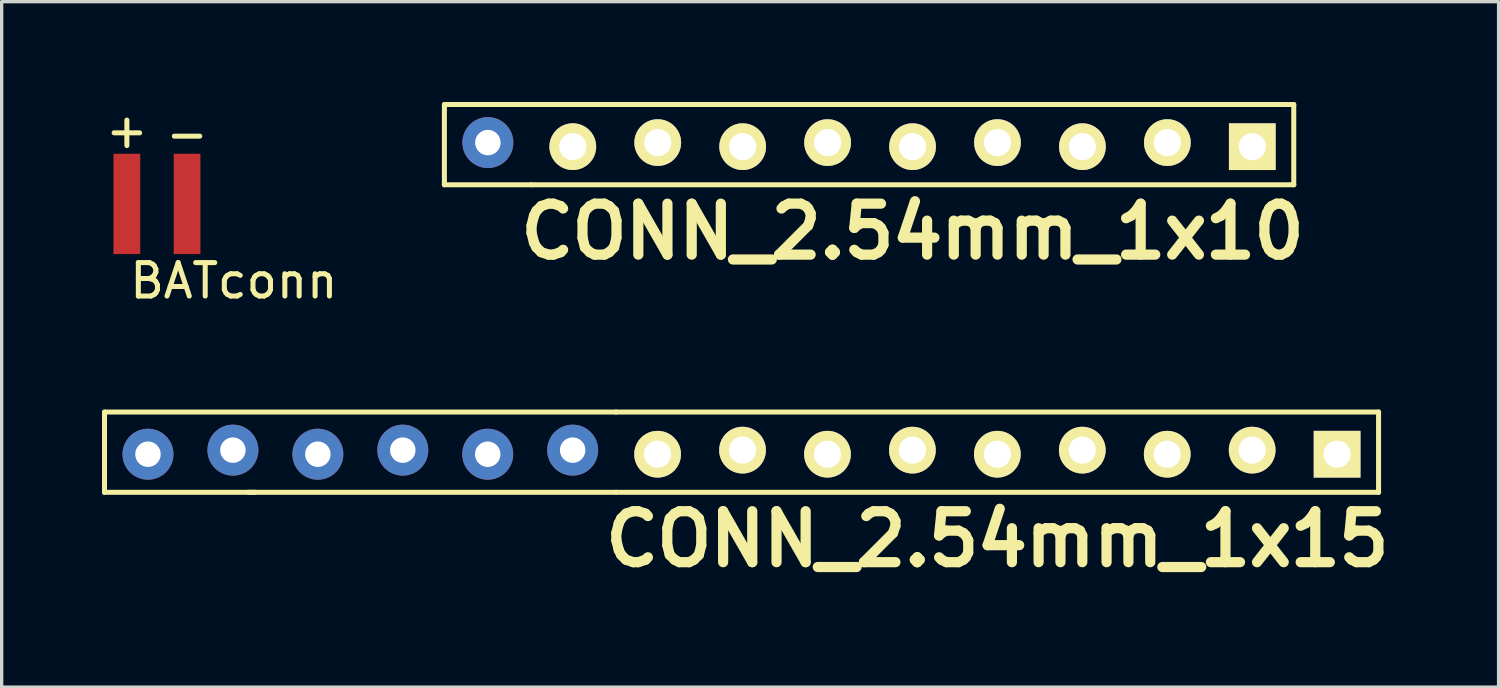
<source format=kicad_pcb>
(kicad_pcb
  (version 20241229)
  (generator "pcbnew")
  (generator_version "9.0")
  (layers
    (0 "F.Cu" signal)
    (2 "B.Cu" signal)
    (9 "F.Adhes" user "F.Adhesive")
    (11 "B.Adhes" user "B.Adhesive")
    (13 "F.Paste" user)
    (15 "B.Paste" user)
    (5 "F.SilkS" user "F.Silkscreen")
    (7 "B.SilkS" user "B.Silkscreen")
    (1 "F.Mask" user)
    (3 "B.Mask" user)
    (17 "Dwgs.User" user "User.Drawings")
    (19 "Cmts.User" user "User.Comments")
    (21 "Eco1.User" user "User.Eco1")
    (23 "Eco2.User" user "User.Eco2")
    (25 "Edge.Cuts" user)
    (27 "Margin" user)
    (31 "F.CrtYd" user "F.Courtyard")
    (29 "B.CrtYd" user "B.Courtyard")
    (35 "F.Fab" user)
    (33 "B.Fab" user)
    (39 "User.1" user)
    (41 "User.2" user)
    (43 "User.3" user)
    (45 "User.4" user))
  (footprint "CONN_2.54mm_1x10"
    (layer "F.Cu")
    (at 24.239 1.275)
    (property "Reference" "CONN_2.54mm_1x10" (at 0 2.6 0) (layer "F.SilkS") (effects (font (size 1.524 1.524) (thickness 0.305))))
    (attr through_hole)
    (fp_line (start -14 -1.2) (end -14 1.2) (stroke (width 0.15) (type solid)) (layer "F.SilkS"))
    (fp_line (start -14 1.2) (end -11.4 1.2) (stroke (width 0.15) (type solid)) (layer "F.SilkS"))
    (fp_line (start -11.4 -1.2) (end -14 -1.2) (stroke (width 0.15) (type solid)) (layer "F.SilkS"))
    (fp_line (start -11.4 -1.2) (end 11.4 -1.2) (stroke (width 0.15) (type solid)) (layer "F.SilkS"))
    (fp_line (start 11.4 1.2) (end -11.4 1.2) (stroke (width 0.15) (type solid)) (layer "F.SilkS"))
    (fp_line (start 11.4 1.2) (end 11.4 -1.2) (stroke (width 0.15) (type solid)) (layer "F.SilkS"))
    (pad "1" thru_hole rect (at 10.16 0.061) (size 1.397 1.397) (drill 0.813) (layers "*.Cu" "*.Mask" "F.SilkS"))
    (pad "2" thru_hole circle (at 7.62 -0.061) (size 1.397 1.397) (drill 0.813) (layers "*.Cu" "*.Mask" "F.SilkS"))
    (pad "3" thru_hole circle (at 5.08 0.061) (size 1.397 1.397) (drill 0.813) (layers "*.Cu" "*.Mask" "F.SilkS"))
    (pad "4" thru_hole circle (at 2.54 -0.061) (size 1.397 1.397) (drill 0.813) (layers "*.Cu" "*.Mask" "F.SilkS"))
    (pad "5" thru_hole circle (at 0 0.061) (size 1.397 1.397) (drill 0.813) (layers "*.Cu" "*.Mask" "F.SilkS"))
    (pad "6" thru_hole circle (at -2.54 -0.061) (size 1.397 1.397) (drill 0.813) (layers "*.Cu" "*.Mask" "F.SilkS"))
    (pad "7" thru_hole circle (at -5.08 0.061) (size 1.397 1.397) (drill 0.813) (layers "*.Cu" "*.Mask" "F.SilkS"))
    (pad "8" thru_hole circle (at -7.62 -0.061) (size 1.397 1.397) (drill 0.813) (layers "*.Cu" "*.Mask" "F.SilkS"))
    (pad "9" thru_hole circle (at -10.16 0.061) (size 1.397 1.397) (drill 0.813) (layers "*.Cu" "*.Mask" "F.SilkS"))
    (pad "10" thru_hole circle (at -12.7 -0.061) (size 1.524 1.524) (drill 0.762) (layers "*.Cu" "*.Mask")))
  (footprint "BATconn"
    (layer "F.Cu")
    (at 1.644 3.048)
    (property "Reference" "BATconn" (at 2.3 2.3 0) (layer "F.SilkS") (effects (font (size 1 1) (thickness 0.15))))
    (attr through_hole)
    (fp_text user "+" (at -0.9 -2.2 0) (layer "F.SilkS") (effects (font (size 1 1) (thickness 0.15))))
    (fp_text user "-" (at 0.9 -2.1 0) (layer "F.SilkS") (effects (font (size 1 1) (thickness 0.15))))
    (pad "1" smd rect (at -0.9 0) (size 0.8 3) (layers "F.Cu" "F.Mask" "F.Paste"))
    (pad "2" smd rect (at 0.9 0) (size 0.8 3) (layers "F.Cu" "F.Mask" "F.Paste")))
  (footprint "CONN_2.54mm_1x15"
    (layer "F.Cu")
    (at 26.775 10.472)
    (property "Reference" "CONN_2.54mm_1x15" (at 0 2.6 0) (layer "F.SilkS") (effects (font (size 1.524 1.524) (thickness 0.305))))
    (attr through_hole)
    (fp_line (start -26.7 -1.2) (end -26.7 0.1) (stroke (width 0.15) (type solid)) (layer "F.SilkS"))
    (fp_line (start -26.7 0) (end -26.7 1.2) (stroke (width 0.15) (type solid)) (layer "F.SilkS"))
    (fp_line (start -26.7 1.2) (end -22.2 1.2) (stroke (width 0.15) (type solid)) (layer "F.SilkS"))
    (fp_line (start -11.4 -1.2) (end -26.7 -1.2) (stroke (width 0.15) (type solid)) (layer "F.SilkS"))
    (fp_line (start -11.4 -1.2) (end 11.4 -1.2) (stroke (width 0.15) (type solid)) (layer "F.SilkS"))
    (fp_line (start -11.4 1.2) (end -22.4 1.2) (stroke (width 0.15) (type solid)) (layer "F.SilkS"))
    (fp_line (start 11.4 1.2) (end -11.4 1.2) (stroke (width 0.15) (type solid)) (layer "F.SilkS"))
    (fp_line (start 11.4 1.2) (end 11.4 -1.2) (stroke (width 0.15) (type solid)) (layer "F.SilkS"))
    (pad "1" thru_hole rect (at 10.16 0.061) (size 1.397 1.397) (drill 0.813) (layers "*.Cu" "*.Mask" "F.SilkS"))
    (pad "2" thru_hole circle (at 7.62 -0.061) (size 1.397 1.397) (drill 0.813) (layers "*.Cu" "*.Mask" "F.SilkS"))
    (pad "3" thru_hole circle (at 5.08 0.061) (size 1.397 1.397) (drill 0.813) (layers "*.Cu" "*.Mask" "F.SilkS"))
    (pad "4" thru_hole circle (at 2.54 -0.061) (size 1.397 1.397) (drill 0.813) (layers "*.Cu" "*.Mask" "F.SilkS"))
    (pad "5" thru_hole circle (at 0 0.061) (size 1.397 1.397) (drill 0.813) (layers "*.Cu" "*.Mask" "F.SilkS"))
    (pad "6" thru_hole circle (at -2.54 -0.061) (size 1.397 1.397) (drill 0.813) (layers "*.Cu" "*.Mask" "F.SilkS"))
    (pad "7" thru_hole circle (at -5.08 0.061) (size 1.397 1.397) (drill 0.813) (layers "*.Cu" "*.Mask" "F.SilkS"))
    (pad "8" thru_hole circle (at -7.62 -0.061) (size 1.397 1.397) (drill 0.813) (layers "*.Cu" "*.Mask" "F.SilkS"))
    (pad "9" thru_hole circle (at -10.16 0.061) (size 1.397 1.397) (drill 0.813) (layers "*.Cu" "*.Mask" "F.SilkS"))
    (pad "10" thru_hole circle (at -12.7 -0.061) (size 1.524 1.524) (drill 0.762) (layers "*.Cu" "*.Mask"))
    (pad "11" thru_hole circle (at -15.24 0.061) (size 1.524 1.524) (drill 0.762) (layers "*.Cu" "*.Mask"))
    (pad "12" thru_hole circle (at -17.78 -0.061) (size 1.524 1.524) (drill 0.762) (layers "*.Cu" "*.Mask"))
    (pad "13" thru_hole circle (at -20.32 0.061) (size 1.524 1.524) (drill 0.762) (layers "*.Cu" "*.Mask"))
    (pad "14" thru_hole circle (at -22.86 -0.061) (size 1.524 1.524) (drill 0.762) (layers "*.Cu" "*.Mask"))
    (pad "15" thru_hole circle (at -25.4 0.061) (size 1.524 1.524) (drill 0.762) (layers "*.Cu" "*.Mask")))
  (gr_rect
    (start -3 -3)
    (end 41.764 17.498)
    (stroke (width 0.1) (type default))
    (fill no)
    (layer "Edge.Cuts")))
</source>
